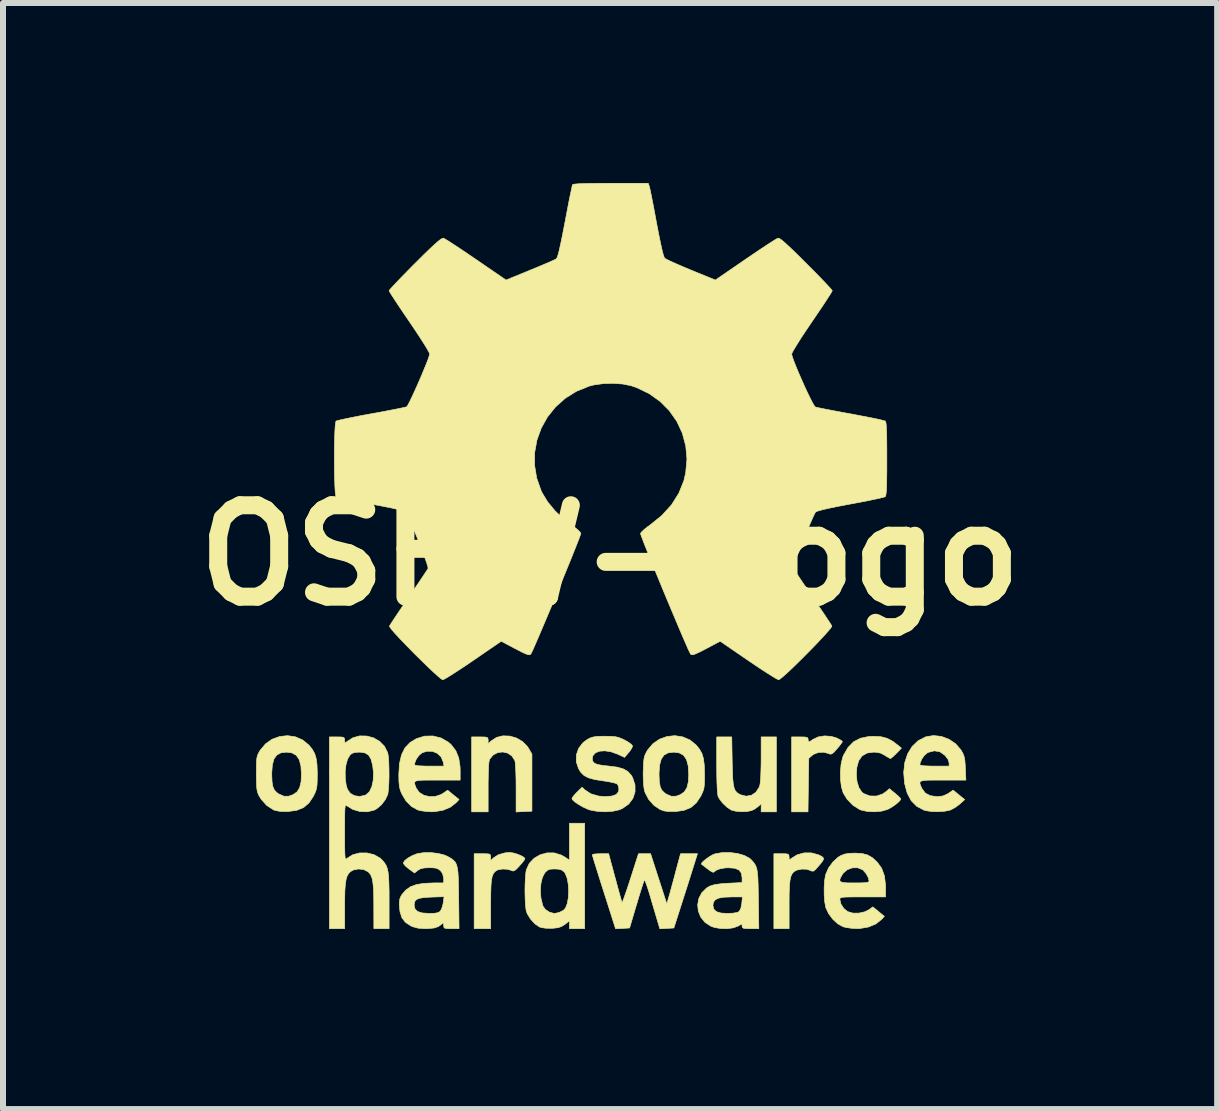
<source format=kicad_pcb>
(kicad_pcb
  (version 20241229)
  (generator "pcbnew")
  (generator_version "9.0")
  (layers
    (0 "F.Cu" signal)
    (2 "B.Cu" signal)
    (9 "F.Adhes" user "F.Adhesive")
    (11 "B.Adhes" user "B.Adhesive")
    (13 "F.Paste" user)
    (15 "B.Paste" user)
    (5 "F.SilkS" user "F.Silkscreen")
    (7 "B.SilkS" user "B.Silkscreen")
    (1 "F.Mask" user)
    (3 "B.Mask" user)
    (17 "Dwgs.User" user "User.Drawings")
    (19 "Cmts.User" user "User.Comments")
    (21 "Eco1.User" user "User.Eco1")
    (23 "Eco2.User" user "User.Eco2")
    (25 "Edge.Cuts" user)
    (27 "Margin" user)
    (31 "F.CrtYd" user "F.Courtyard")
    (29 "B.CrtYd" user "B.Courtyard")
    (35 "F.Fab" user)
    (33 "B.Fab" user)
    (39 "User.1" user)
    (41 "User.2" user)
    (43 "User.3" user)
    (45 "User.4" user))
  (footprint "OSHW-Logo"
    (layer "F.Cu")
    (at 7.119 6.207)
    (property "Reference" "OSHW-Logo" (at 0 0 0) (layer "F.SilkS") (effects (font (size 1.524 1.524) (thickness 0.3))))
    (attr through_hole)
    (fp_poly (pts (xy 3.687 3.018) (xy 3.775 3.044) (xy 3.831 3.072) (xy 3.867 3.096) (xy 3.873 3.106) (xy 3.86 3.129) (xy 3.826 3.174) (xy 3.783 3.226) (xy 3.732 3.282) (xy 3.698 3.309) (xy 3.672 3.315) (xy 3.647 3.305) (xy 3.564 3.282) (xy 3.473 3.286) (xy 3.392 3.317) (xy 3.372 3.332) (xy 3.313 3.383) (xy 3.306 3.829) (xy 3.3 4.276) (xy 3.027 4.276) (xy 3.027 3.027) (xy 3.164 3.027) (xy 3.239 3.028) (xy 3.28 3.034) (xy 3.298 3.047) (xy 3.302 3.069) (xy 3.306 3.102) (xy 3.322 3.108) (xy 3.358 3.086) (xy 3.384 3.068) (xy 3.47 3.027) (xy 3.576 3.01) (xy 3.687 3.018)) (stroke (width 0.01) (type solid)) (fill yes) (layer "F.SilkS"))
    (fp_poly (pts (xy -1.615 4.961) (xy -1.548 4.98) (xy -1.484 5.006) (xy -1.437 5.033) (xy -1.418 5.056) (xy -1.418 5.056) (xy -1.431 5.081) (xy -1.466 5.126) (xy -1.509 5.176) (xy -1.56 5.23) (xy -1.595 5.257) (xy -1.621 5.262) (xy -1.645 5.252) (xy -1.71 5.233) (xy -1.791 5.229) (xy -1.864 5.241) (xy -1.885 5.25) (xy -1.919 5.273) (xy -1.944 5.304) (xy -1.963 5.348) (xy -1.976 5.412) (xy -1.984 5.501) (xy -1.988 5.62) (xy -1.99 5.775) (xy -1.99 5.809) (xy -1.99 6.223) (xy -2.265 6.223) (xy -2.265 4.974) (xy -2.127 4.974) (xy -2.053 4.975) (xy -2.012 4.98) (xy -1.994 4.993) (xy -1.99 5.019) (xy -1.99 5.031) (xy -1.99 5.087) (xy -1.94 5.041) (xy -1.859 4.99) (xy -1.753 4.96) (xy -1.672 4.953) (xy -1.615 4.961)) (stroke (width 0.01) (type solid)) (fill yes) (layer "F.SilkS"))
    (fp_poly (pts (xy 3.474 4.992) (xy 3.486 4.997) (xy 3.534 5.022) (xy 3.557 5.045) (xy 3.556 5.074) (xy 3.528 5.118) (xy 3.473 5.183) (xy 3.462 5.196) (xy 3.417 5.245) (xy 3.387 5.265) (xy 3.361 5.263) (xy 3.345 5.255) (xy 3.28 5.233) (xy 3.197 5.23) (xy 3.118 5.246) (xy 3.103 5.252) (xy 3.065 5.274) (xy 3.036 5.306) (xy 3.015 5.351) (xy 3 5.417) (xy 2.991 5.508) (xy 2.986 5.629) (xy 2.985 5.786) (xy 2.985 5.819) (xy 2.985 6.223) (xy 2.731 6.223) (xy 2.731 4.974) (xy 2.857 4.974) (xy 2.928 4.975) (xy 2.966 4.981) (xy 2.981 4.997) (xy 2.984 5.026) (xy 2.985 5.03) (xy 2.987 5.069) (xy 3.001 5.07) (xy 3.022 5.052) (xy 3.119 4.992) (xy 3.235 4.96) (xy 3.357 4.96) (xy 3.474 4.992)) (stroke (width 0.01) (type solid)) (fill yes) (layer "F.SilkS"))
    (fp_poly (pts (xy -1.67 3.013) (xy -1.558 3.046) (xy -1.457 3.105) (xy -1.376 3.189) (xy -1.36 3.214) (xy -1.302 3.313) (xy -1.302 4.265) (xy -1.434 4.271) (xy -1.566 4.278) (xy -1.566 3.876) (xy -1.567 3.746) (xy -1.57 3.628) (xy -1.575 3.53) (xy -1.58 3.458) (xy -1.586 3.422) (xy -1.635 3.346) (xy -1.705 3.297) (xy -1.788 3.278) (xy -1.872 3.288) (xy -1.948 3.328) (xy -2.006 3.397) (xy -2.008 3.401) (xy -2.018 3.442) (xy -2.025 3.522) (xy -2.029 3.638) (xy -2.032 3.788) (xy -2.032 3.862) (xy -2.032 4.276) (xy -2.307 4.276) (xy -2.307 3.027) (xy -2.17 3.027) (xy -2.096 3.028) (xy -2.055 3.033) (xy -2.037 3.046) (xy -2.032 3.072) (xy -2.032 3.083) (xy -2.032 3.14) (xy -1.982 3.094) (xy -1.892 3.035) (xy -1.785 3.009) (xy -1.67 3.013)) (stroke (width 0.01) (type solid)) (fill yes) (layer "F.SilkS"))
    (fp_poly (pts (xy 2.036 3.434) (xy 2.04 3.593) (xy 2.045 3.716) (xy 2.054 3.807) (xy 2.067 3.873) (xy 2.086 3.92) (xy 2.113 3.953) (xy 2.148 3.977) (xy 2.175 3.991) (xy 2.268 4.015) (xy 2.356 4) (xy 2.43 3.951) (xy 2.484 3.869) (xy 2.498 3.829) (xy 2.505 3.785) (xy 2.511 3.706) (xy 2.515 3.603) (xy 2.518 3.483) (xy 2.519 3.392) (xy 2.519 3.027) (xy 2.773 3.027) (xy 2.773 4.276) (xy 2.519 4.276) (xy 2.519 4.141) (xy 2.471 4.186) (xy 2.415 4.227) (xy 2.364 4.253) (xy 2.286 4.27) (xy 2.189 4.274) (xy 2.094 4.265) (xy 2.021 4.246) (xy 1.95 4.199) (xy 1.878 4.131) (xy 1.821 4.056) (xy 1.8 4.015) (xy 1.793 3.974) (xy 1.787 3.895) (xy 1.782 3.785) (xy 1.779 3.65) (xy 1.778 3.493) (xy 1.778 3.027) (xy 2.029 3.027) (xy 2.036 3.434)) (stroke (width 0.01) (type solid)) (fill yes) (layer "F.SilkS"))
    (fp_poly (pts (xy 4.518 3.024) (xy 4.62 3.051) (xy 4.715 3.102) (xy 4.794 3.162) (xy 4.858 3.214) (xy 4.774 3.3) (xy 4.726 3.347) (xy 4.689 3.379) (xy 4.674 3.387) (xy 4.649 3.376) (xy 4.602 3.348) (xy 4.581 3.334) (xy 4.508 3.296) (xy 4.426 3.282) (xy 4.392 3.281) (xy 4.284 3.296) (xy 4.202 3.343) (xy 4.145 3.423) (xy 4.114 3.535) (xy 4.106 3.651) (xy 4.117 3.772) (xy 4.149 3.874) (xy 4.197 3.947) (xy 4.227 3.971) (xy 4.331 4.011) (xy 4.441 4.013) (xy 4.544 3.978) (xy 4.594 3.944) (xy 4.657 3.89) (xy 4.752 3.968) (xy 4.804 4.013) (xy 4.838 4.048) (xy 4.847 4.064) (xy 4.83 4.091) (xy 4.787 4.132) (xy 4.728 4.176) (xy 4.663 4.217) (xy 4.625 4.236) (xy 4.529 4.264) (xy 4.413 4.275) (xy 4.293 4.27) (xy 4.188 4.247) (xy 4.159 4.236) (xy 4.046 4.164) (xy 3.949 4.062) (xy 3.886 3.958) (xy 3.857 3.861) (xy 3.842 3.739) (xy 3.84 3.606) (xy 3.852 3.478) (xy 3.878 3.368) (xy 3.891 3.334) (xy 3.967 3.203) (xy 4.06 3.108) (xy 4.174 3.049) (xy 4.314 3.02) (xy 4.392 3.017) (xy 4.518 3.024)) (stroke (width 0.01) (type solid)) (fill yes) (layer "F.SilkS"))
    (fp_poly (pts (xy -0.423 6.223) (xy -0.677 6.223) (xy -0.677 6.094) (xy -0.754 6.153) (xy -0.808 6.187) (xy -0.866 6.207) (xy -0.943 6.216) (xy -0.971 6.217) (xy -1.073 6.216) (xy -1.153 6.203) (xy -1.175 6.195) (xy -1.252 6.143) (xy -1.324 6.065) (xy -1.378 5.978) (xy -1.396 5.933) (xy -1.404 5.88) (xy -1.412 5.797) (xy -1.416 5.694) (xy -1.418 5.59) (xy -1.161 5.59) (xy -1.152 5.713) (xy -1.124 5.829) (xy -1.117 5.85) (xy -1.077 5.904) (xy -1.012 5.947) (xy -0.939 5.968) (xy -0.929 5.968) (xy -0.885 5.962) (xy -0.834 5.947) (xy -0.779 5.918) (xy -0.744 5.882) (xy -0.713 5.805) (xy -0.695 5.705) (xy -0.69 5.592) (xy -0.697 5.48) (xy -0.716 5.379) (xy -0.747 5.302) (xy -0.764 5.278) (xy -0.804 5.247) (xy -0.854 5.232) (xy -0.923 5.228) (xy -0.993 5.231) (xy -1.037 5.246) (xy -1.074 5.277) (xy -1.086 5.291) (xy -1.127 5.367) (xy -1.152 5.47) (xy -1.161 5.59) (xy -1.418 5.59) (xy -1.418 5.588) (xy -1.416 5.478) (xy -1.411 5.376) (xy -1.404 5.294) (xy -1.396 5.243) (xy -1.346 5.135) (xy -1.266 5.05) (xy -1.165 4.991) (xy -1.051 4.96) (xy -0.932 4.96) (xy -0.816 4.995) (xy -0.763 5.024) (xy -0.677 5.081) (xy -0.677 4.466) (xy -0.423 4.466) (xy -0.423 6.223)) (stroke (width 0.01) (type solid)) (fill yes) (layer "F.SilkS"))
    (fp_poly (pts (xy 1.211 3.026) (xy 1.332 3.078) (xy 1.435 3.162) (xy 1.491 3.231) (xy 1.531 3.302) (xy 1.556 3.385) (xy 1.57 3.489) (xy 1.575 3.623) (xy 1.575 3.654) (xy 1.575 3.759) (xy 1.571 3.834) (xy 1.563 3.891) (xy 1.547 3.94) (xy 1.522 3.994) (xy 1.513 4.013) (xy 1.439 4.125) (xy 1.349 4.203) (xy 1.235 4.25) (xy 1.093 4.271) (xy 1.081 4.271) (xy 0.979 4.271) (xy 0.903 4.261) (xy 0.838 4.238) (xy 0.835 4.237) (xy 0.732 4.168) (xy 0.645 4.07) (xy 0.585 3.957) (xy 0.57 3.906) (xy 0.56 3.834) (xy 0.554 3.735) (xy 0.552 3.626) (xy 0.817 3.626) (xy 0.817 3.662) (xy 0.822 3.776) (xy 0.836 3.857) (xy 0.862 3.914) (xy 0.905 3.958) (xy 0.938 3.98) (xy 1.021 4.016) (xy 1.102 4.015) (xy 1.175 3.988) (xy 1.239 3.942) (xy 1.282 3.873) (xy 1.306 3.774) (xy 1.312 3.653) (xy 1.303 3.511) (xy 1.275 3.405) (xy 1.225 3.333) (xy 1.153 3.293) (xy 1.063 3.281) (xy 0.97 3.292) (xy 0.901 3.329) (xy 0.854 3.395) (xy 0.827 3.493) (xy 0.817 3.626) (xy 0.552 3.626) (xy 0.552 3.623) (xy 0.554 3.573) (xy 0.558 3.47) (xy 0.565 3.397) (xy 0.577 3.343) (xy 0.597 3.297) (xy 0.625 3.247) (xy 0.714 3.141) (xy 0.824 3.065) (xy 0.949 3.02) (xy 1.08 3.006) (xy 1.211 3.026)) (stroke (width 0.01) (type solid)) (fill yes) (layer "F.SilkS"))
    (fp_poly (pts (xy -2.816 3.045) (xy -2.694 3.116) (xy -2.648 3.156) (xy -2.571 3.257) (xy -2.522 3.378) (xy -2.5 3.524) (xy -2.498 3.592) (xy -2.498 3.747) (xy -2.879 3.747) (xy -3.02 3.747) (xy -3.123 3.748) (xy -3.194 3.753) (xy -3.237 3.763) (xy -3.257 3.78) (xy -3.258 3.806) (xy -3.246 3.843) (xy -3.23 3.883) (xy -3.179 3.953) (xy -3.102 4) (xy -3.009 4.022) (xy -2.909 4.018) (xy -2.814 3.986) (xy -2.785 3.968) (xy -2.707 3.915) (xy -2.612 3.993) (xy -2.517 4.07) (xy -2.566 4.123) (xy -2.661 4.198) (xy -2.784 4.249) (xy -2.925 4.273) (xy -2.974 4.275) (xy -3.063 4.27) (xy -3.149 4.258) (xy -3.204 4.245) (xy -3.31 4.186) (xy -3.402 4.093) (xy -3.473 3.973) (xy -3.474 3.971) (xy -3.498 3.91) (xy -3.512 3.848) (xy -3.519 3.771) (xy -3.521 3.668) (xy -3.521 3.651) (xy -3.511 3.492) (xy -3.26 3.492) (xy -3.239 3.502) (xy -3.18 3.509) (xy -3.085 3.513) (xy -3.014 3.514) (xy -2.768 3.514) (xy -2.781 3.445) (xy -2.816 3.36) (xy -2.88 3.3) (xy -2.962 3.267) (xy -3.055 3.266) (xy -3.135 3.293) (xy -3.186 3.336) (xy -3.231 3.4) (xy -3.257 3.468) (xy -3.26 3.492) (xy -3.511 3.492) (xy -3.51 3.472) (xy -3.476 3.326) (xy -3.419 3.21) (xy -3.335 3.121) (xy -3.23 3.057) (xy -3.093 3.014) (xy -2.952 3.011) (xy -2.816 3.045)) (stroke (width 0.01) (type solid)) (fill yes) (layer "F.SilkS"))
    (fp_poly (pts (xy -5.246 3.025) (xy -5.124 3.078) (xy -5.021 3.162) (xy -4.964 3.232) (xy -4.924 3.303) (xy -4.899 3.385) (xy -4.885 3.488) (xy -4.88 3.621) (xy -4.88 3.654) (xy -4.881 3.76) (xy -4.885 3.835) (xy -4.894 3.892) (xy -4.91 3.942) (xy -4.935 3.996) (xy -4.943 4.013) (xy -5.017 4.125) (xy -5.107 4.203) (xy -5.221 4.25) (xy -5.364 4.27) (xy -5.375 4.271) (xy -5.496 4.269) (xy -5.584 4.252) (xy -5.609 4.243) (xy -5.722 4.17) (xy -5.817 4.064) (xy -5.849 4.011) (xy -5.868 3.972) (xy -5.881 3.93) (xy -5.889 3.877) (xy -5.893 3.803) (xy -5.895 3.7) (xy -5.895 3.639) (xy -5.895 3.626) (xy -5.639 3.626) (xy -5.639 3.662) (xy -5.634 3.776) (xy -5.62 3.857) (xy -5.594 3.914) (xy -5.551 3.958) (xy -5.518 3.98) (xy -5.435 4.016) (xy -5.354 4.015) (xy -5.281 3.988) (xy -5.216 3.942) (xy -5.174 3.873) (xy -5.15 3.774) (xy -5.144 3.653) (xy -5.153 3.511) (xy -5.181 3.405) (xy -5.231 3.333) (xy -5.303 3.293) (xy -5.392 3.281) (xy -5.486 3.292) (xy -5.555 3.329) (xy -5.602 3.395) (xy -5.629 3.493) (xy -5.639 3.626) (xy -5.895 3.626) (xy -5.895 3.523) (xy -5.893 3.441) (xy -5.888 3.382) (xy -5.878 3.339) (xy -5.862 3.301) (xy -5.839 3.26) (xy -5.831 3.248) (xy -5.742 3.142) (xy -5.632 3.065) (xy -5.507 3.02) (xy -5.376 3.006) (xy -5.246 3.025)) (stroke (width 0.01) (type solid)) (fill yes) (layer "F.SilkS"))
    (fp_poly (pts (xy 0.001 5.064) (xy 0.018 5.128) (xy 0.042 5.215) (xy 0.069 5.317) (xy 0.099 5.426) (xy 0.128 5.534) (xy 0.155 5.632) (xy 0.178 5.713) (xy 0.193 5.769) (xy 0.199 5.789) (xy 0.207 5.776) (xy 0.226 5.729) (xy 0.253 5.652) (xy 0.288 5.551) (xy 0.327 5.433) (xy 0.34 5.392) (xy 0.474 4.974) (xy 0.676 4.974) (xy 0.811 5.392) (xy 0.946 5.81) (xy 0.977 5.704) (xy 0.994 5.646) (xy 1.018 5.557) (xy 1.048 5.448) (xy 1.08 5.33) (xy 1.091 5.286) (xy 1.175 4.974) (xy 1.316 4.974) (xy 1.457 4.974) (xy 1.406 5.138) (xy 1.384 5.208) (xy 1.352 5.309) (xy 1.313 5.434) (xy 1.269 5.572) (xy 1.223 5.715) (xy 1.21 5.757) (xy 1.064 6.212) (xy 0.947 6.219) (xy 0.83 6.225) (xy 0.787 6.081) (xy 0.764 6.003) (xy 0.733 5.899) (xy 0.698 5.781) (xy 0.665 5.667) (xy 0.635 5.569) (xy 0.608 5.489) (xy 0.587 5.433) (xy 0.575 5.41) (xy 0.573 5.409) (xy 0.564 5.433) (xy 0.544 5.49) (xy 0.517 5.575) (xy 0.484 5.681) (xy 0.448 5.803) (xy 0.443 5.817) (xy 0.326 6.212) (xy 0.209 6.219) (xy 0.092 6.225) (xy -0.102 5.615) (xy -0.151 5.462) (xy -0.195 5.322) (xy -0.233 5.2) (xy -0.264 5.102) (xy -0.285 5.031) (xy -0.296 4.994) (xy -0.296 4.99) (xy -0.277 4.982) (xy -0.227 4.976) (xy -0.16 4.974) (xy -0.023 4.974) (xy 0.001 5.064)) (stroke (width 0.01) (type solid)) (fill yes) (layer "F.SilkS"))
    (fp_poly (pts (xy 5.525 3.019) (xy 5.651 3.067) (xy 5.763 3.143) (xy 5.849 3.244) (xy 5.851 3.247) (xy 5.882 3.301) (xy 5.902 3.352) (xy 5.914 3.414) (xy 5.921 3.498) (xy 5.923 3.548) (xy 5.932 3.747) (xy 5.548 3.747) (xy 5.406 3.747) (xy 5.301 3.748) (xy 5.229 3.753) (xy 5.186 3.764) (xy 5.166 3.781) (xy 5.166 3.808) (xy 5.18 3.845) (xy 5.199 3.887) (xy 5.254 3.962) (xy 5.336 4.006) (xy 5.448 4.022) (xy 5.457 4.022) (xy 5.551 4.011) (xy 5.631 3.974) (xy 5.64 3.968) (xy 5.719 3.914) (xy 5.816 3.993) (xy 5.912 4.072) (xy 5.826 4.149) (xy 5.759 4.199) (xy 5.687 4.239) (xy 5.656 4.251) (xy 5.57 4.267) (xy 5.464 4.273) (xy 5.356 4.27) (xy 5.265 4.256) (xy 5.233 4.247) (xy 5.113 4.184) (xy 5.02 4.09) (xy 4.953 3.963) (xy 4.91 3.803) (xy 4.909 3.795) (xy 4.895 3.618) (xy 4.909 3.492) (xy 5.165 3.492) (xy 5.185 3.502) (xy 5.244 3.509) (xy 5.339 3.513) (xy 5.408 3.514) (xy 5.652 3.514) (xy 5.652 3.459) (xy 5.634 3.401) (xy 5.584 3.336) (xy 5.58 3.332) (xy 5.497 3.274) (xy 5.406 3.259) (xy 5.307 3.284) (xy 5.289 3.293) (xy 5.238 3.336) (xy 5.194 3.4) (xy 5.167 3.468) (xy 5.165 3.492) (xy 4.909 3.492) (xy 4.913 3.454) (xy 4.961 3.309) (xy 5.036 3.186) (xy 5.136 3.09) (xy 5.26 3.027) (xy 5.265 3.025) (xy 5.392 3.004) (xy 5.525 3.019)) (stroke (width 0.01) (type solid)) (fill yes) (layer "F.SilkS"))
    (fp_poly (pts (xy 0.016 3.018) (xy 0.087 3.023) (xy 0.144 3.036) (xy 0.201 3.059) (xy 0.245 3.08) (xy 0.309 3.117) (xy 0.356 3.152) (xy 0.375 3.176) (xy 0.365 3.209) (xy 0.334 3.258) (xy 0.311 3.287) (xy 0.242 3.368) (xy 0.126 3.314) (xy 0.017 3.275) (xy -0.085 3.259) (xy -0.174 3.265) (xy -0.243 3.292) (xy -0.286 3.34) (xy -0.296 3.387) (xy -0.289 3.431) (xy -0.263 3.463) (xy -0.213 3.485) (xy -0.131 3.501) (xy -0.021 3.513) (xy 0.117 3.53) (xy 0.221 3.56) (xy 0.298 3.604) (xy 0.354 3.667) (xy 0.376 3.705) (xy 0.416 3.825) (xy 0.417 3.943) (xy 0.381 4.052) (xy 0.311 4.146) (xy 0.209 4.218) (xy 0.15 4.243) (xy 0.046 4.266) (xy -0.08 4.275) (xy -0.211 4.268) (xy -0.327 4.247) (xy -0.368 4.233) (xy -0.448 4.197) (xy -0.523 4.154) (xy -0.586 4.111) (xy -0.626 4.074) (xy -0.635 4.055) (xy -0.621 4.027) (xy -0.584 3.983) (xy -0.551 3.948) (xy -0.466 3.866) (xy -0.418 3.911) (xy -0.318 3.976) (xy -0.19 4.013) (xy -0.079 4.022) (xy 0.029 4.013) (xy 0.101 3.988) (xy 0.14 3.943) (xy 0.148 3.896) (xy 0.138 3.843) (xy 0.118 3.811) (xy 0.085 3.798) (xy 0.02 3.782) (xy -0.065 3.767) (xy -0.124 3.758) (xy -0.258 3.737) (xy -0.358 3.709) (xy -0.431 3.672) (xy -0.485 3.62) (xy -0.525 3.556) (xy -0.563 3.441) (xy -0.561 3.325) (xy -0.523 3.217) (xy -0.451 3.123) (xy -0.377 3.068) (xy -0.327 3.043) (xy -0.278 3.028) (xy -0.217 3.019) (xy -0.131 3.016) (xy -0.083 3.016) (xy 0.016 3.018)) (stroke (width 0.01) (type solid)) (fill yes) (layer "F.SilkS"))
    (fp_poly (pts (xy 4.203 4.971) (xy 4.294 4.995) (xy 4.374 5.041) (xy 4.453 5.114) (xy 4.528 5.217) (xy 4.574 5.344) (xy 4.593 5.501) (xy 4.593 5.539) (xy 4.593 5.694) (xy 4.212 5.694) (xy 4.077 5.694) (xy 3.978 5.695) (xy 3.91 5.697) (xy 3.867 5.702) (xy 3.843 5.709) (xy 3.833 5.72) (xy 3.831 5.735) (xy 3.831 5.737) (xy 3.849 5.813) (xy 3.896 5.886) (xy 3.961 5.939) (xy 3.962 5.939) (xy 4.047 5.964) (xy 4.148 5.964) (xy 4.247 5.942) (xy 4.315 5.908) (xy 4.381 5.86) (xy 4.477 5.939) (xy 4.573 6.018) (xy 4.525 6.07) (xy 4.43 6.145) (xy 4.307 6.196) (xy 4.166 6.22) (xy 4.117 6.222) (xy 4.027 6.217) (xy 3.94 6.205) (xy 3.884 6.191) (xy 3.797 6.143) (xy 3.713 6.066) (xy 3.643 5.972) (xy 3.597 5.874) (xy 3.596 5.87) (xy 3.579 5.78) (xy 3.57 5.665) (xy 3.569 5.541) (xy 3.576 5.424) (xy 3.578 5.414) (xy 3.828 5.414) (xy 3.84 5.439) (xy 3.879 5.453) (xy 3.952 5.46) (xy 4.062 5.461) (xy 4.075 5.461) (xy 4.181 5.46) (xy 4.252 5.457) (xy 4.294 5.451) (xy 4.314 5.441) (xy 4.318 5.428) (xy 4.304 5.371) (xy 4.268 5.305) (xy 4.221 5.251) (xy 4.208 5.24) (xy 4.128 5.208) (xy 4.04 5.209) (xy 3.955 5.24) (xy 3.887 5.298) (xy 3.874 5.318) (xy 3.841 5.375) (xy 3.828 5.414) (xy 3.578 5.414) (xy 3.592 5.33) (xy 3.595 5.319) (xy 3.642 5.212) (xy 3.715 5.112) (xy 3.802 5.032) (xy 3.842 5.008) (xy 3.907 4.981) (xy 3.983 4.968) (xy 4.085 4.964) (xy 4.203 4.971)) (stroke (width 0.01) (type solid)) (fill yes) (layer "F.SilkS"))
    (fp_poly (pts (xy 2.124 4.97) (xy 2.236 5.002) (xy 2.324 5.049) (xy 2.353 5.074) (xy 2.388 5.113) (xy 2.414 5.148) (xy 2.434 5.188) (xy 2.449 5.237) (xy 2.458 5.301) (xy 2.465 5.387) (xy 2.469 5.5) (xy 2.472 5.647) (xy 2.473 5.731) (xy 2.48 6.223) (xy 2.341 6.223) (xy 2.266 6.222) (xy 2.224 6.216) (xy 2.205 6.203) (xy 2.201 6.181) (xy 2.2 6.155) (xy 2.187 6.151) (xy 2.153 6.169) (xy 2.133 6.181) (xy 2.056 6.209) (xy 1.956 6.223) (xy 1.846 6.221) (xy 1.742 6.204) (xy 1.682 6.183) (xy 1.582 6.118) (xy 1.512 6.031) (xy 1.471 5.93) (xy 1.462 5.837) (xy 1.715 5.837) (xy 1.729 5.898) (xy 1.773 5.94) (xy 1.851 5.963) (xy 1.954 5.969) (xy 2.05 5.965) (xy 2.12 5.953) (xy 2.147 5.941) (xy 2.178 5.893) (xy 2.196 5.807) (xy 2.196 5.803) (xy 2.207 5.694) (xy 2.023 5.694) (xy 1.897 5.699) (xy 1.808 5.715) (xy 1.751 5.744) (xy 1.722 5.788) (xy 1.715 5.837) (xy 1.462 5.837) (xy 1.461 5.824) (xy 1.48 5.719) (xy 1.53 5.624) (xy 1.61 5.545) (xy 1.664 5.514) (xy 1.736 5.491) (xy 1.844 5.475) (xy 1.972 5.466) (xy 2.201 5.455) (xy 2.201 5.375) (xy 2.189 5.297) (xy 2.149 5.245) (xy 2.078 5.216) (xy 1.975 5.208) (xy 1.915 5.211) (xy 1.831 5.226) (xy 1.769 5.25) (xy 1.758 5.259) (xy 1.739 5.275) (xy 1.723 5.283) (xy 1.701 5.278) (xy 1.667 5.257) (xy 1.614 5.218) (xy 1.535 5.157) (xy 1.524 5.148) (xy 1.528 5.129) (xy 1.559 5.096) (xy 1.608 5.057) (xy 1.664 5.018) (xy 1.718 4.988) (xy 1.75 4.976) (xy 1.87 4.955) (xy 1.998 4.954) (xy 2.124 4.97)) (stroke (width 0.01) (type solid)) (fill yes) (layer "F.SilkS"))
    (fp_poly (pts (xy -2.863 4.97) (xy -2.758 4.997) (xy -2.71 5.018) (xy -2.657 5.048) (xy -2.616 5.077) (xy -2.584 5.109) (xy -2.561 5.151) (xy -2.546 5.207) (xy -2.535 5.283) (xy -2.529 5.385) (xy -2.526 5.517) (xy -2.523 5.686) (xy -2.523 5.706) (xy -2.517 6.223) (xy -2.645 6.223) (xy -2.716 6.222) (xy -2.754 6.216) (xy -2.77 6.201) (xy -2.773 6.172) (xy -2.773 6.169) (xy -2.775 6.131) (xy -2.789 6.132) (xy -2.808 6.149) (xy -2.861 6.188) (xy -2.932 6.212) (xy -3.031 6.222) (xy -3.086 6.223) (xy -3.201 6.215) (xy -3.292 6.19) (xy -3.318 6.178) (xy -3.409 6.119) (xy -3.469 6.043) (xy -3.501 5.943) (xy -3.51 5.864) (xy -3.51 5.834) (xy -3.265 5.834) (xy -3.251 5.895) (xy -3.208 5.937) (xy -3.132 5.961) (xy -3.02 5.969) (xy -3.017 5.969) (xy -2.93 5.967) (xy -2.875 5.958) (xy -2.84 5.941) (xy -2.829 5.93) (xy -2.805 5.887) (xy -2.786 5.821) (xy -2.78 5.791) (xy -2.767 5.69) (xy -2.981 5.697) (xy -3.097 5.704) (xy -3.178 5.717) (xy -3.229 5.739) (xy -3.256 5.773) (xy -3.265 5.822) (xy -3.265 5.834) (xy -3.51 5.834) (xy -3.512 5.782) (xy -3.504 5.725) (xy -3.484 5.679) (xy -3.468 5.653) (xy -3.404 5.579) (xy -3.326 5.524) (xy -3.228 5.488) (xy -3.102 5.468) (xy -2.943 5.461) (xy -2.929 5.461) (xy -2.773 5.461) (xy -2.773 5.386) (xy -2.791 5.305) (xy -2.825 5.259) (xy -2.861 5.23) (xy -2.903 5.214) (xy -2.965 5.208) (xy -3.012 5.207) (xy -3.1 5.211) (xy -3.159 5.225) (xy -3.204 5.251) (xy -3.259 5.295) (xy -3.356 5.225) (xy -3.409 5.181) (xy -3.441 5.142) (xy -3.445 5.124) (xy -3.421 5.087) (xy -3.367 5.045) (xy -3.296 5.005) (xy -3.219 4.975) (xy -3.209 4.972) (xy -3.105 4.956) (xy -2.984 4.955) (xy -2.863 4.97)) (stroke (width 0.01) (type solid)) (fill yes) (layer "F.SilkS"))
    (fp_poly (pts (xy -4.056 3.012) (xy -3.943 3.042) (xy -3.842 3.1) (xy -3.761 3.182) (xy -3.708 3.287) (xy -3.705 3.297) (xy -3.695 3.358) (xy -3.688 3.45) (xy -3.685 3.561) (xy -3.684 3.68) (xy -3.687 3.795) (xy -3.693 3.895) (xy -3.702 3.968) (xy -3.705 3.985) (xy -3.746 4.073) (xy -3.811 4.158) (xy -3.889 4.224) (xy -3.931 4.247) (xy -4.046 4.275) (xy -4.171 4.27) (xy -4.29 4.235) (xy -4.387 4.175) (xy -4.399 4.166) (xy -4.408 4.168) (xy -4.414 4.184) (xy -4.419 4.22) (xy -4.422 4.281) (xy -4.423 4.37) (xy -4.424 4.494) (xy -4.424 4.614) (xy -4.424 4.767) (xy -4.423 4.882) (xy -4.421 4.964) (xy -4.418 5.019) (xy -4.413 5.05) (xy -4.406 5.062) (xy -4.396 5.061) (xy -4.386 5.052) (xy -4.289 4.991) (xy -4.174 4.961) (xy -4.053 4.961) (xy -3.936 4.989) (xy -3.833 5.047) (xy -3.795 5.083) (xy -3.761 5.124) (xy -3.734 5.166) (xy -3.714 5.217) (xy -3.7 5.281) (xy -3.691 5.364) (xy -3.686 5.473) (xy -3.683 5.613) (xy -3.683 5.757) (xy -3.683 6.223) (xy -3.937 6.223) (xy -3.938 5.858) (xy -3.939 5.692) (xy -3.943 5.563) (xy -3.952 5.464) (xy -3.965 5.391) (xy -3.984 5.338) (xy -4.01 5.298) (xy -4.032 5.276) (xy -4.106 5.238) (xy -4.194 5.228) (xy -4.28 5.246) (xy -4.325 5.271) (xy -4.357 5.303) (xy -4.382 5.345) (xy -4.4 5.403) (xy -4.412 5.482) (xy -4.42 5.588) (xy -4.423 5.727) (xy -4.424 5.847) (xy -4.424 6.223) (xy -4.678 6.223) (xy -4.678 3.606) (xy -4.415 3.606) (xy -4.413 3.725) (xy -4.397 3.837) (xy -4.377 3.901) (xy -4.331 3.966) (xy -4.26 4.007) (xy -4.174 4.019) (xy -4.086 4) (xy -4.066 3.991) (xy -4.011 3.94) (xy -3.971 3.857) (xy -3.948 3.75) (xy -3.943 3.627) (xy -3.957 3.502) (xy -3.984 3.399) (xy -4.024 3.331) (xy -4.083 3.294) (xy -4.167 3.281) (xy -4.18 3.281) (xy -4.255 3.286) (xy -4.304 3.303) (xy -4.335 3.33) (xy -4.375 3.397) (xy -4.402 3.493) (xy -4.415 3.606) (xy -4.678 3.606) (xy -4.678 3.027) (xy -4.551 3.027) (xy -4.48 3.028) (xy -4.443 3.034) (xy -4.427 3.049) (xy -4.424 3.078) (xy -4.424 3.083) (xy -4.421 3.121) (xy -4.407 3.123) (xy -4.386 3.105) (xy -4.286 3.041) (xy -4.174 3.01) (xy -4.056 3.012)) (stroke (width 0.01) (type solid)) (fill yes) (layer "F.SilkS"))
    (fp_poly (pts (xy 0.654 -6.154) (xy 0.662 -6.121) (xy 0.677 -6.053) (xy 0.697 -5.954) (xy 0.721 -5.832) (xy 0.747 -5.693) (xy 0.774 -5.546) (xy 0.811 -5.354) (xy 0.843 -5.198) (xy 0.87 -5.078) (xy 0.891 -4.997) (xy 0.908 -4.957) (xy 0.91 -4.954) (xy 0.939 -4.936) (xy 1.001 -4.906) (xy 1.089 -4.866) (xy 1.197 -4.819) (xy 1.319 -4.768) (xy 1.349 -4.755) (xy 1.756 -4.589) (xy 2.257 -4.933) (xy 2.388 -5.022) (xy 2.508 -5.103) (xy 2.614 -5.173) (xy 2.701 -5.229) (xy 2.763 -5.268) (xy 2.797 -5.286) (xy 2.799 -5.287) (xy 2.819 -5.283) (xy 2.852 -5.263) (xy 2.901 -5.223) (xy 2.968 -5.162) (xy 3.058 -5.077) (xy 3.172 -4.965) (xy 3.272 -4.865) (xy 3.383 -4.754) (xy 3.483 -4.652) (xy 3.569 -4.563) (xy 3.637 -4.49) (xy 3.683 -4.439) (xy 3.703 -4.413) (xy 3.704 -4.41) (xy 3.693 -4.388) (xy 3.66 -4.335) (xy 3.609 -4.256) (xy 3.544 -4.157) (xy 3.466 -4.042) (xy 3.38 -3.915) (xy 3.365 -3.893) (xy 3.278 -3.764) (xy 3.198 -3.644) (xy 3.131 -3.538) (xy 3.078 -3.452) (xy 3.042 -3.39) (xy 3.028 -3.358) (xy 3.028 -3.356) (xy 3.036 -3.317) (xy 3.06 -3.249) (xy 3.095 -3.159) (xy 3.139 -3.053) (xy 3.188 -2.94) (xy 3.239 -2.825) (xy 3.29 -2.715) (xy 3.337 -2.619) (xy 3.377 -2.541) (xy 3.407 -2.49) (xy 3.422 -2.473) (xy 3.453 -2.465) (xy 3.519 -2.451) (xy 3.615 -2.432) (xy 3.735 -2.409) (xy 3.873 -2.383) (xy 4.011 -2.358) (xy 4.159 -2.33) (xy 4.295 -2.304) (xy 4.411 -2.281) (xy 4.502 -2.261) (xy 4.563 -2.246) (xy 4.588 -2.238) (xy 4.596 -2.221) (xy 4.603 -2.182) (xy 4.607 -2.117) (xy 4.611 -2.023) (xy 4.613 -1.896) (xy 4.614 -1.732) (xy 4.614 -1.609) (xy 4.614 -1.42) (xy 4.612 -1.27) (xy 4.61 -1.155) (xy 4.606 -1.072) (xy 4.6 -1.017) (xy 4.593 -0.986) (xy 4.588 -0.978) (xy 4.561 -0.969) (xy 4.498 -0.953) (xy 4.404 -0.933) (xy 4.287 -0.908) (xy 4.151 -0.882) (xy 4.011 -0.856) (xy 3.816 -0.819) (xy 3.659 -0.787) (xy 3.541 -0.76) (xy 3.464 -0.738) (xy 3.427 -0.722) (xy 3.427 -0.721) (xy 3.411 -0.695) (xy 3.383 -0.636) (xy 3.346 -0.551) (xy 3.301 -0.448) (xy 3.254 -0.334) (xy 3.205 -0.215) (xy 3.158 -0.099) (xy 3.116 0.007) (xy 3.082 0.096) (xy 3.058 0.162) (xy 3.048 0.197) (xy 3.048 0.198) (xy 3.059 0.22) (xy 3.092 0.272) (xy 3.142 0.349) (xy 3.207 0.447) (xy 3.284 0.56) (xy 3.367 0.682) (xy 3.453 0.808) (xy 3.53 0.922) (xy 3.597 1.022) (xy 3.649 1.101) (xy 3.684 1.155) (xy 3.698 1.178) (xy 3.687 1.201) (xy 3.649 1.249) (xy 3.59 1.316) (xy 3.514 1.398) (xy 3.426 1.492) (xy 3.329 1.591) (xy 3.229 1.692) (xy 3.13 1.79) (xy 3.037 1.881) (xy 2.953 1.959) (xy 2.885 2.02) (xy 2.836 2.06) (xy 2.811 2.074) (xy 2.784 2.063) (xy 2.727 2.03) (xy 2.646 1.979) (xy 2.544 1.914) (xy 2.428 1.837) (xy 2.304 1.753) (xy 1.836 1.432) (xy 1.604 1.555) (xy 1.505 1.606) (xy 1.435 1.639) (xy 1.39 1.656) (xy 1.362 1.658) (xy 1.344 1.649) (xy 1.343 1.648) (xy 1.33 1.623) (xy 1.302 1.564) (xy 1.263 1.475) (xy 1.213 1.36) (xy 1.155 1.224) (xy 1.091 1.072) (xy 1.022 0.908) (xy 0.95 0.737) (xy 0.878 0.564) (xy 0.808 0.393) (xy 0.74 0.228) (xy 0.678 0.075) (xy 0.622 -0.063) (xy 0.575 -0.18) (xy 0.54 -0.272) (xy 0.517 -0.334) (xy 0.508 -0.363) (xy 0.508 -0.363) (xy 0.524 -0.388) (xy 0.568 -0.43) (xy 0.631 -0.48) (xy 0.663 -0.502) (xy 0.863 -0.664) (xy 1.025 -0.842) (xy 1.147 -1.036) (xy 1.231 -1.245) (xy 1.261 -1.376) (xy 1.282 -1.604) (xy 1.262 -1.825) (xy 1.205 -2.036) (xy 1.114 -2.232) (xy 0.989 -2.41) (xy 0.835 -2.565) (xy 0.653 -2.695) (xy 0.446 -2.795) (xy 0.348 -2.828) (xy 0.21 -2.856) (xy 0.05 -2.867) (xy -0.116 -2.862) (xy -0.271 -2.84) (xy -0.349 -2.82) (xy -0.561 -2.734) (xy -0.748 -2.617) (xy -0.909 -2.473) (xy -1.043 -2.306) (xy -1.146 -2.122) (xy -1.218 -1.924) (xy -1.256 -1.716) (xy -1.258 -1.503) (xy -1.223 -1.289) (xy -1.149 -1.078) (xy -1.131 -1.041) (xy -1.04 -0.891) (xy -0.916 -0.741) (xy -0.771 -0.602) (xy -0.635 -0.499) (xy -0.567 -0.45) (xy -0.516 -0.405) (xy -0.489 -0.372) (xy -0.487 -0.365) (xy -0.495 -0.338) (xy -0.517 -0.277) (xy -0.553 -0.185) (xy -0.599 -0.069) (xy -0.654 0.068) (xy -0.717 0.222) (xy -0.784 0.386) (xy -0.855 0.557) (xy -0.927 0.731) (xy -0.998 0.902) (xy -1.067 1.066) (xy -1.132 1.219) (xy -1.19 1.355) (xy -1.24 1.471) (xy -1.28 1.562) (xy -1.308 1.622) (xy -1.322 1.648) (xy -1.322 1.648) (xy -1.339 1.658) (xy -1.367 1.656) (xy -1.412 1.64) (xy -1.48 1.608) (xy -1.577 1.557) (xy -1.583 1.555) (xy -1.814 1.432) (xy -2.282 1.753) (xy -2.408 1.839) (xy -2.524 1.915) (xy -2.625 1.981) (xy -2.706 2.031) (xy -2.762 2.063) (xy -2.788 2.074) (xy -2.814 2.06) (xy -2.865 2.018) (xy -2.938 1.952) (xy -3.03 1.866) (xy -3.136 1.762) (xy -3.255 1.645) (xy -3.258 1.642) (xy -3.393 1.504) (xy -3.504 1.389) (xy -3.589 1.297) (xy -3.646 1.23) (xy -3.674 1.19) (xy -3.677 1.179) (xy -3.662 1.154) (xy -3.627 1.1) (xy -3.574 1.02) (xy -3.507 0.92) (xy -3.429 0.806) (xy -3.354 0.696) (xy -3.27 0.573) (xy -3.193 0.461) (xy -3.128 0.364) (xy -3.077 0.287) (xy -3.044 0.237) (xy -3.033 0.217) (xy -3.037 0.19) (xy -3.055 0.13) (xy -3.085 0.045) (xy -3.123 -0.058) (xy -3.167 -0.172) (xy -3.214 -0.291) (xy -3.262 -0.408) (xy -3.307 -0.516) (xy -3.347 -0.608) (xy -3.38 -0.677) (xy -3.402 -0.717) (xy -3.406 -0.722) (xy -3.44 -0.738) (xy -3.516 -0.76) (xy -3.634 -0.787) (xy -3.793 -0.819) (xy -3.99 -0.856) (xy -4.138 -0.884) (xy -4.273 -0.91) (xy -4.39 -0.934) (xy -4.481 -0.954) (xy -4.542 -0.969) (xy -4.567 -0.978) (xy -4.575 -1.006) (xy -4.582 -1.069) (xy -4.587 -1.161) (xy -4.591 -1.276) (xy -4.594 -1.406) (xy -4.595 -1.546) (xy -4.595 -1.689) (xy -4.594 -1.828) (xy -4.591 -1.957) (xy -4.587 -2.069) (xy -4.581 -2.158) (xy -4.574 -2.217) (xy -4.567 -2.238) (xy -4.54 -2.247) (xy -4.476 -2.262) (xy -4.383 -2.282) (xy -4.265 -2.306) (xy -4.128 -2.333) (xy -3.979 -2.36) (xy -3.829 -2.387) (xy -3.693 -2.413) (xy -3.574 -2.436) (xy -3.48 -2.455) (xy -3.417 -2.469) (xy -3.389 -2.476) (xy -3.373 -2.5) (xy -3.343 -2.556) (xy -3.304 -2.637) (xy -3.258 -2.736) (xy -3.208 -2.847) (xy -3.158 -2.962) (xy -3.111 -3.074) (xy -3.069 -3.177) (xy -3.035 -3.263) (xy -3.014 -3.326) (xy -3.006 -3.357) (xy -3.018 -3.385) (xy -3.05 -3.443) (xy -3.101 -3.526) (xy -3.167 -3.629) (xy -3.245 -3.748) (xy -3.332 -3.876) (xy -3.344 -3.895) (xy -3.432 -4.023) (xy -3.511 -4.141) (xy -3.579 -4.243) (xy -3.632 -4.325) (xy -3.668 -4.382) (xy -3.683 -4.41) (xy -3.683 -4.411) (xy -3.669 -4.431) (xy -3.628 -4.477) (xy -3.564 -4.545) (xy -3.482 -4.631) (xy -3.385 -4.73) (xy -3.277 -4.84) (xy -3.251 -4.865) (xy -3.119 -4.997) (xy -3.013 -5.1) (xy -2.931 -5.177) (xy -2.869 -5.232) (xy -2.824 -5.267) (xy -2.794 -5.284) (xy -2.777 -5.287) (xy -2.749 -5.272) (xy -2.691 -5.237) (xy -2.608 -5.183) (xy -2.505 -5.115) (xy -2.387 -5.036) (xy -2.258 -4.948) (xy -2.234 -4.932) (xy -1.734 -4.589) (xy -1.333 -4.753) (xy -1.209 -4.804) (xy -1.098 -4.851) (xy -1.004 -4.891) (xy -0.936 -4.922) (xy -0.9 -4.94) (xy -0.897 -4.942) (xy -0.883 -4.963) (xy -0.866 -5.011) (xy -0.846 -5.088) (xy -0.822 -5.197) (xy -0.792 -5.342) (xy -0.757 -5.525) (xy -0.749 -5.564) (xy -0.72 -5.718) (xy -0.693 -5.858) (xy -0.669 -5.98) (xy -0.648 -6.078) (xy -0.634 -6.146) (xy -0.625 -6.179) (xy -0.624 -6.181) (xy -0.599 -6.187) (xy -0.535 -6.193) (xy -0.433 -6.197) (xy -0.297 -6.2) (xy -0.129 -6.201) (xy 0.012 -6.202) (xy 0.636 -6.202) (xy 0.654 -6.154)) (stroke (width 0.01) (type solid)) (fill yes) (layer "F.SilkS")))
  (gr_rect
    (start -3 -3)
    (end 17.239 15.437)
    (stroke (width 0.1) (type default))
    (fill no)
    (layer "Edge.Cuts")))
</source>
